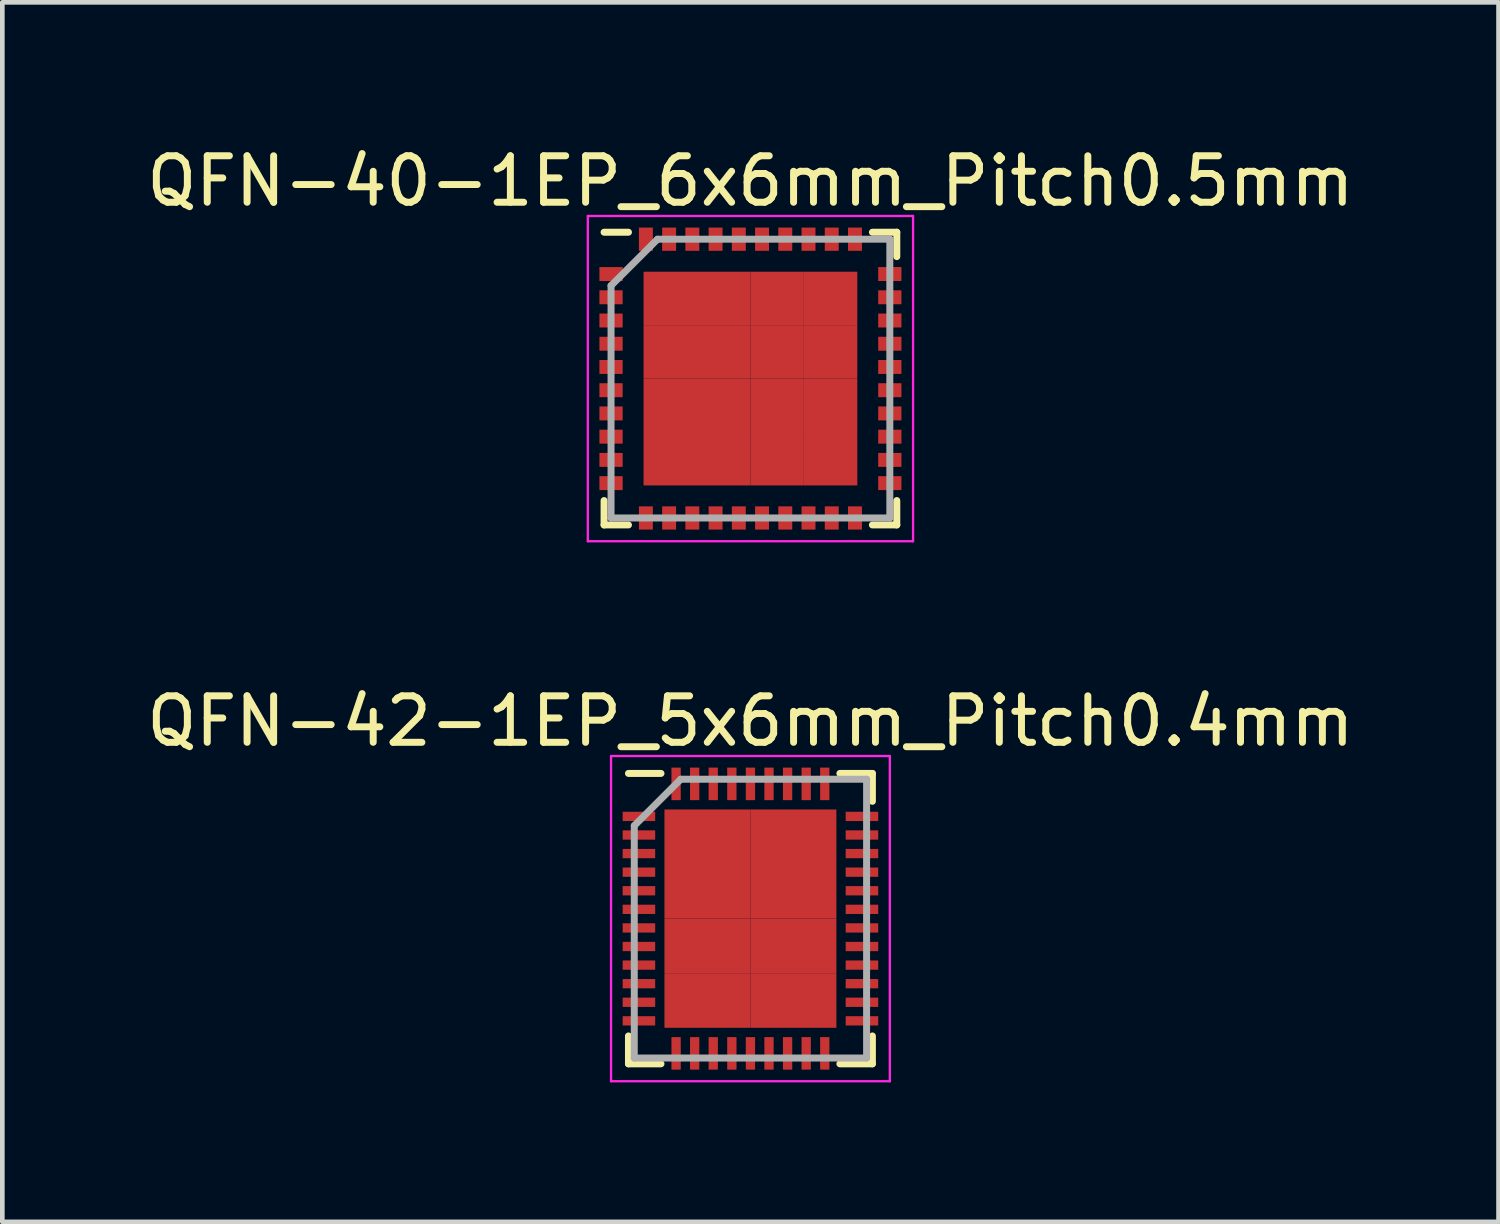
<source format=kicad_pcb>
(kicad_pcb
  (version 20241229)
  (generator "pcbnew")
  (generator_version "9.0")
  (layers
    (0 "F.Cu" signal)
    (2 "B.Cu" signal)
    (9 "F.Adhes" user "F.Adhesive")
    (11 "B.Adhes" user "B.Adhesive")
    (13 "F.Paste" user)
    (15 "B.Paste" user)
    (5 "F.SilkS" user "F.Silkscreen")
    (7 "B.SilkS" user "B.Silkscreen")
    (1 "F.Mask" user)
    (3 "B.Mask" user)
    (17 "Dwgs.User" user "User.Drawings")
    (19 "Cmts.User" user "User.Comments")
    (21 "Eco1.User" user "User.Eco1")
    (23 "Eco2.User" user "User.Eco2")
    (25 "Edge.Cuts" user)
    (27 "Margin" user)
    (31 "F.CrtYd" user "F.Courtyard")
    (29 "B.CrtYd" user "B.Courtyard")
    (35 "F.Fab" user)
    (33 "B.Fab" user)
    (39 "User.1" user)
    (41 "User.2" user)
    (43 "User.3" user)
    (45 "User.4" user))
  (footprint "QFN-40-1EP_6x6mm_Pitch0.5mm"
    (layer "F.Cu")
    (at 13.101 5.098)
    (property "Reference" "QFN-40-1EP_6x6mm_Pitch0.5mm" (at 0 -4.25 0) (layer "F.SilkS") (effects (font (size 1 1) (thickness 0.15))))
    (attr smd)
    (fp_line (start -3.15 -3.15) (end -2.625 -3.15) (stroke (width 0.15) (type solid)) (layer "F.SilkS"))
    (fp_line (start -3.15 3.15) (end -3.15 2.625) (stroke (width 0.15) (type solid)) (layer "F.SilkS"))
    (fp_line (start -3.15 3.15) (end -2.625 3.15) (stroke (width 0.15) (type solid)) (layer "F.SilkS"))
    (fp_line (start 3.15 -3.15) (end 2.625 -3.15) (stroke (width 0.15) (type solid)) (layer "F.SilkS"))
    (fp_line (start 3.15 -3.15) (end 3.15 -2.625) (stroke (width 0.15) (type solid)) (layer "F.SilkS"))
    (fp_line (start 3.15 3.15) (end 2.625 3.15) (stroke (width 0.15) (type solid)) (layer "F.SilkS"))
    (fp_line (start 3.15 3.15) (end 3.15 2.625) (stroke (width 0.15) (type solid)) (layer "F.SilkS"))
    (fp_line (start -3.5 -3.5) (end -3.5 3.5) (stroke (width 0.05) (type solid)) (layer "F.CrtYd"))
    (fp_line (start -3.5 -3.5) (end 3.5 -3.5) (stroke (width 0.05) (type solid)) (layer "F.CrtYd"))
    (fp_line (start -3.5 3.5) (end 3.5 3.5) (stroke (width 0.05) (type solid)) (layer "F.CrtYd"))
    (fp_line (start 3.5 -3.5) (end 3.5 3.5) (stroke (width 0.05) (type solid)) (layer "F.CrtYd"))
    (fp_line (start -3 -2) (end -2 -3) (stroke (width 0.15) (type solid)) (layer "F.Fab"))
    (fp_line (start -3 3) (end -3 -2) (stroke (width 0.15) (type solid)) (layer "F.Fab"))
    (fp_line (start -2 -3) (end 3 -3) (stroke (width 0.15) (type solid)) (layer "F.Fab"))
    (fp_line (start 3 -3) (end 3 3) (stroke (width 0.15) (type solid)) (layer "F.Fab"))
    (fp_line (start 3 3) (end -3 3) (stroke (width 0.15) (type solid)) (layer "F.Fab"))
    (pad "1" smd rect (at -3 -2.25) (size 0.5 0.3) (layers "F.Cu" "F.Mask" "F.Paste"))
    (pad "2" smd rect (at -3 -1.75) (size 0.5 0.3) (layers "F.Cu" "F.Mask" "F.Paste"))
    (pad "3" smd rect (at -3 -1.25) (size 0.5 0.3) (layers "F.Cu" "F.Mask" "F.Paste"))
    (pad "4" smd rect (at -3 -0.75) (size 0.5 0.3) (layers "F.Cu" "F.Mask" "F.Paste"))
    (pad "5" smd rect (at -3 -0.25) (size 0.5 0.3) (layers "F.Cu" "F.Mask" "F.Paste"))
    (pad "6" smd rect (at -3 0.25) (size 0.5 0.3) (layers "F.Cu" "F.Mask" "F.Paste"))
    (pad "7" smd rect (at -3 0.75) (size 0.5 0.3) (layers "F.Cu" "F.Mask" "F.Paste"))
    (pad "8" smd rect (at -3 1.25) (size 0.5 0.3) (layers "F.Cu" "F.Mask" "F.Paste"))
    (pad "9" smd rect (at -3 1.75) (size 0.5 0.3) (layers "F.Cu" "F.Mask" "F.Paste"))
    (pad "10" smd rect (at -3 2.25) (size 0.5 0.3) (layers "F.Cu" "F.Mask" "F.Paste"))
    (pad "11" smd rect (at -2.25 3 90) (size 0.5 0.3) (layers "F.Cu" "F.Mask" "F.Paste"))
    (pad "12" smd rect (at -1.75 3 90) (size 0.5 0.3) (layers "F.Cu" "F.Mask" "F.Paste"))
    (pad "13" smd rect (at -1.25 3 90) (size 0.5 0.3) (layers "F.Cu" "F.Mask" "F.Paste"))
    (pad "14" smd rect (at -0.75 3 90) (size 0.5 0.3) (layers "F.Cu" "F.Mask" "F.Paste"))
    (pad "15" smd rect (at -0.25 3 90) (size 0.5 0.3) (layers "F.Cu" "F.Mask" "F.Paste"))
    (pad "16" smd rect (at 0.25 3 90) (size 0.5 0.3) (layers "F.Cu" "F.Mask" "F.Paste"))
    (pad "17" smd rect (at 0.75 3 90) (size 0.5 0.3) (layers "F.Cu" "F.Mask" "F.Paste"))
    (pad "18" smd rect (at 1.25 3 90) (size 0.5 0.3) (layers "F.Cu" "F.Mask" "F.Paste"))
    (pad "19" smd rect (at 1.75 3 90) (size 0.5 0.3) (layers "F.Cu" "F.Mask" "F.Paste"))
    (pad "20" smd rect (at 2.25 3 90) (size 0.5 0.3) (layers "F.Cu" "F.Mask" "F.Paste"))
    (pad "21" smd rect (at 3 2.25) (size 0.5 0.3) (layers "F.Cu" "F.Mask" "F.Paste"))
    (pad "22" smd rect (at 3 1.75) (size 0.5 0.3) (layers "F.Cu" "F.Mask" "F.Paste"))
    (pad "23" smd rect (at 3 1.25) (size 0.5 0.3) (layers "F.Cu" "F.Mask" "F.Paste"))
    (pad "24" smd rect (at 3 0.75) (size 0.5 0.3) (layers "F.Cu" "F.Mask" "F.Paste"))
    (pad "25" smd rect (at 3 0.25) (size 0.5 0.3) (layers "F.Cu" "F.Mask" "F.Paste"))
    (pad "26" smd rect (at 3 -0.25) (size 0.5 0.3) (layers "F.Cu" "F.Mask" "F.Paste"))
    (pad "27" smd rect (at 3 -0.75) (size 0.5 0.3) (layers "F.Cu" "F.Mask" "F.Paste"))
    (pad "28" smd rect (at 3 -1.25) (size 0.5 0.3) (layers "F.Cu" "F.Mask" "F.Paste"))
    (pad "29" smd rect (at 3 -1.75) (size 0.5 0.3) (layers "F.Cu" "F.Mask" "F.Paste"))
    (pad "30" smd rect (at 3 -2.25) (size 0.5 0.3) (layers "F.Cu" "F.Mask" "F.Paste"))
    (pad "31" smd rect (at 2.25 -3 90) (size 0.5 0.3) (layers "F.Cu" "F.Mask" "F.Paste"))
    (pad "32" smd rect (at 1.75 -3 90) (size 0.5 0.3) (layers "F.Cu" "F.Mask" "F.Paste"))
    (pad "33" smd rect (at 1.25 -3 90) (size 0.5 0.3) (layers "F.Cu" "F.Mask" "F.Paste"))
    (pad "34" smd rect (at 0.75 -3 90) (size 0.5 0.3) (layers "F.Cu" "F.Mask" "F.Paste"))
    (pad "35" smd rect (at 0.25 -3 90) (size 0.5 0.3) (layers "F.Cu" "F.Mask" "F.Paste"))
    (pad "36" smd rect (at -0.25 -3 90) (size 0.5 0.3) (layers "F.Cu" "F.Mask" "F.Paste"))
    (pad "37" smd rect (at -0.75 -3 90) (size 0.5 0.3) (layers "F.Cu" "F.Mask" "F.Paste"))
    (pad "38" smd rect (at -1.25 -3 90) (size 0.5 0.3) (layers "F.Cu" "F.Mask" "F.Paste"))
    (pad "39" smd rect (at -1.75 -3 90) (size 0.5 0.3) (layers "F.Cu" "F.Mask" "F.Paste"))
    (pad "40" smd rect (at -2.25 -3 90) (size 0.5 0.3) (layers "F.Cu" "F.Mask" "F.Paste"))
    (pad "41" smd rect (at -1.725 -1.725) (size 1.15 1.15) (layers "F.Cu" "F.Mask" "F.Paste"))
    (pad "41" smd rect (at -1.725 -0.575) (size 1.15 1.15) (layers "F.Cu" "F.Mask" "F.Paste"))
    (pad "41" smd rect (at -1.725 0.575) (size 1.15 1.15) (layers "F.Cu" "F.Mask" "F.Paste"))
    (pad "41" smd rect (at -1.725 1.725) (size 1.15 1.15) (layers "F.Cu" "F.Mask" "F.Paste"))
    (pad "41" smd rect (at -0.575 -1.725) (size 1.15 1.15) (layers "F.Cu" "F.Mask" "F.Paste"))
    (pad "41" smd rect (at -0.575 -0.575) (size 1.15 1.15) (layers "F.Cu" "F.Mask" "F.Paste"))
    (pad "41" smd rect (at -0.575 0.575) (size 1.15 1.15) (layers "F.Cu" "F.Mask" "F.Paste"))
    (pad "41" smd rect (at -0.575 1.725) (size 1.15 1.15) (layers "F.Cu" "F.Mask" "F.Paste"))
    (pad "41" smd rect (at 0.575 -1.725) (size 1.15 1.15) (layers "F.Cu" "F.Mask" "F.Paste"))
    (pad "41" smd rect (at 0.575 -0.575) (size 1.15 1.15) (layers "F.Cu" "F.Mask" "F.Paste"))
    (pad "41" smd rect (at 0.575 0.575) (size 1.15 1.15) (layers "F.Cu" "F.Mask" "F.Paste"))
    (pad "41" smd rect (at 0.575 1.725) (size 1.15 1.15) (layers "F.Cu" "F.Mask" "F.Paste"))
    (pad "41" smd rect (at 1.725 -1.725) (size 1.15 1.15) (layers "F.Cu" "F.Mask" "F.Paste"))
    (pad "41" smd rect (at 1.725 -0.575) (size 1.15 1.15) (layers "F.Cu" "F.Mask" "F.Paste"))
    (pad "41" smd rect (at 1.725 0.575) (size 1.15 1.15) (layers "F.Cu" "F.Mask" "F.Paste"))
    (pad "41" smd rect (at 1.725 1.725) (size 1.15 1.15) (layers "F.Cu" "F.Mask" "F.Paste")))
  (footprint "QFN-42-1EP_5x6mm_Pitch0.4mm"
    (layer "F.Cu")
    (at 13.101 16.721)
    (property "Reference" "QFN-42-1EP_5x6mm_Pitch0.4mm" (at 0 -4.25 0) (layer "F.SilkS") (effects (font (size 1 1) (thickness 0.15))))
    (attr smd)
    (fp_line (start -2.625 -3.125) (end -1.925 -3.125) (stroke (width 0.15) (type solid)) (layer "F.SilkS"))
    (fp_line (start -2.625 3.125) (end -2.625 2.525) (stroke (width 0.15) (type solid)) (layer "F.SilkS"))
    (fp_line (start -2.625 3.125) (end -1.925 3.125) (stroke (width 0.15) (type solid)) (layer "F.SilkS"))
    (fp_line (start 2.625 -3.125) (end 1.925 -3.125) (stroke (width 0.15) (type solid)) (layer "F.SilkS"))
    (fp_line (start 2.625 -3.125) (end 2.625 -2.525) (stroke (width 0.15) (type solid)) (layer "F.SilkS"))
    (fp_line (start 2.625 3.125) (end 1.925 3.125) (stroke (width 0.15) (type solid)) (layer "F.SilkS"))
    (fp_line (start 2.625 3.125) (end 2.625 2.525) (stroke (width 0.15) (type solid)) (layer "F.SilkS"))
    (fp_line (start -3 -3.5) (end -3 3.5) (stroke (width 0.05) (type solid)) (layer "F.CrtYd"))
    (fp_line (start -3 -3.5) (end 3 -3.5) (stroke (width 0.05) (type solid)) (layer "F.CrtYd"))
    (fp_line (start -3 3.5) (end 3 3.5) (stroke (width 0.05) (type solid)) (layer "F.CrtYd"))
    (fp_line (start 3 -3.5) (end 3 3.5) (stroke (width 0.05) (type solid)) (layer "F.CrtYd"))
    (fp_line (start -2.5 -2) (end -1.5 -3) (stroke (width 0.15) (type solid)) (layer "F.Fab"))
    (fp_line (start -2.5 3) (end -2.5 -2) (stroke (width 0.15) (type solid)) (layer "F.Fab"))
    (fp_line (start -1.5 -3) (end 2.5 -3) (stroke (width 0.15) (type solid)) (layer "F.Fab"))
    (fp_line (start 2.5 -3) (end 2.5 3) (stroke (width 0.15) (type solid)) (layer "F.Fab"))
    (fp_line (start 2.5 3) (end -2.5 3) (stroke (width 0.15) (type solid)) (layer "F.Fab"))
    (pad "1" smd rect (at -2.4 -2.2) (size 0.7 0.2) (layers "F.Cu" "F.Mask" "F.Paste"))
    (pad "2" smd rect (at -2.4 -1.8) (size 0.7 0.2) (layers "F.Cu" "F.Mask" "F.Paste"))
    (pad "3" smd rect (at -2.4 -1.4) (size 0.7 0.2) (layers "F.Cu" "F.Mask" "F.Paste"))
    (pad "4" smd rect (at -2.4 -1) (size 0.7 0.2) (layers "F.Cu" "F.Mask" "F.Paste"))
    (pad "5" smd rect (at -2.4 -0.6) (size 0.7 0.2) (layers "F.Cu" "F.Mask" "F.Paste"))
    (pad "6" smd rect (at -2.4 -0.2) (size 0.7 0.2) (layers "F.Cu" "F.Mask" "F.Paste"))
    (pad "7" smd rect (at -2.4 0.2) (size 0.7 0.2) (layers "F.Cu" "F.Mask" "F.Paste"))
    (pad "8" smd rect (at -2.4 0.6) (size 0.7 0.2) (layers "F.Cu" "F.Mask" "F.Paste"))
    (pad "9" smd rect (at -2.4 1) (size 0.7 0.2) (layers "F.Cu" "F.Mask" "F.Paste"))
    (pad "10" smd rect (at -2.4 1.4) (size 0.7 0.2) (layers "F.Cu" "F.Mask" "F.Paste"))
    (pad "11" smd rect (at -2.4 1.8) (size 0.7 0.2) (layers "F.Cu" "F.Mask" "F.Paste"))
    (pad "12" smd rect (at -2.4 2.2) (size 0.7 0.2) (layers "F.Cu" "F.Mask" "F.Paste"))
    (pad "13" smd rect (at -1.6 2.9 90) (size 0.7 0.2) (layers "F.Cu" "F.Mask" "F.Paste"))
    (pad "14" smd rect (at -1.2 2.9 90) (size 0.7 0.2) (layers "F.Cu" "F.Mask" "F.Paste"))
    (pad "15" smd rect (at -0.8 2.9 90) (size 0.7 0.2) (layers "F.Cu" "F.Mask" "F.Paste"))
    (pad "16" smd rect (at -0.4 2.9 90) (size 0.7 0.2) (layers "F.Cu" "F.Mask" "F.Paste"))
    (pad "17" smd rect (at 0 2.9 90) (size 0.7 0.2) (layers "F.Cu" "F.Mask" "F.Paste"))
    (pad "18" smd rect (at 0.4 2.9 90) (size 0.7 0.2) (layers "F.Cu" "F.Mask" "F.Paste"))
    (pad "19" smd rect (at 0.8 2.9 90) (size 0.7 0.2) (layers "F.Cu" "F.Mask" "F.Paste"))
    (pad "20" smd rect (at 1.2 2.9 90) (size 0.7 0.2) (layers "F.Cu" "F.Mask" "F.Paste"))
    (pad "21" smd rect (at 1.6 2.9 90) (size 0.7 0.2) (layers "F.Cu" "F.Mask" "F.Paste"))
    (pad "22" smd rect (at 2.4 2.2) (size 0.7 0.2) (layers "F.Cu" "F.Mask" "F.Paste"))
    (pad "23" smd rect (at 2.4 1.8) (size 0.7 0.2) (layers "F.Cu" "F.Mask" "F.Paste"))
    (pad "24" smd rect (at 2.4 1.4) (size 0.7 0.2) (layers "F.Cu" "F.Mask" "F.Paste"))
    (pad "25" smd rect (at 2.4 1) (size 0.7 0.2) (layers "F.Cu" "F.Mask" "F.Paste"))
    (pad "26" smd rect (at 2.4 0.6) (size 0.7 0.2) (layers "F.Cu" "F.Mask" "F.Paste"))
    (pad "27" smd rect (at 2.4 0.2) (size 0.7 0.2) (layers "F.Cu" "F.Mask" "F.Paste"))
    (pad "28" smd rect (at 2.4 -0.2) (size 0.7 0.2) (layers "F.Cu" "F.Mask" "F.Paste"))
    (pad "29" smd rect (at 2.4 -0.6) (size 0.7 0.2) (layers "F.Cu" "F.Mask" "F.Paste"))
    (pad "30" smd rect (at 2.4 -1) (size 0.7 0.2) (layers "F.Cu" "F.Mask" "F.Paste"))
    (pad "31" smd rect (at 2.4 -1.4) (size 0.7 0.2) (layers "F.Cu" "F.Mask" "F.Paste"))
    (pad "32" smd rect (at 2.4 -1.8) (size 0.7 0.2) (layers "F.Cu" "F.Mask" "F.Paste"))
    (pad "33" smd rect (at 2.4 -2.2) (size 0.7 0.2) (layers "F.Cu" "F.Mask" "F.Paste"))
    (pad "34" smd rect (at 1.6 -2.9 90) (size 0.7 0.2) (layers "F.Cu" "F.Mask" "F.Paste"))
    (pad "35" smd rect (at 1.2 -2.9 90) (size 0.7 0.2) (layers "F.Cu" "F.Mask" "F.Paste"))
    (pad "36" smd rect (at 0.8 -2.9 90) (size 0.7 0.2) (layers "F.Cu" "F.Mask" "F.Paste"))
    (pad "37" smd rect (at 0.4 -2.9 90) (size 0.7 0.2) (layers "F.Cu" "F.Mask" "F.Paste"))
    (pad "38" smd rect (at 0 -2.9 90) (size 0.7 0.2) (layers "F.Cu" "F.Mask" "F.Paste"))
    (pad "39" smd rect (at -0.4 -2.9 90) (size 0.7 0.2) (layers "F.Cu" "F.Mask" "F.Paste"))
    (pad "40" smd rect (at -0.8 -2.9 90) (size 0.7 0.2) (layers "F.Cu" "F.Mask" "F.Paste"))
    (pad "41" smd rect (at -1.2 -2.9 90) (size 0.7 0.2) (layers "F.Cu" "F.Mask" "F.Paste"))
    (pad "42" smd rect (at -1.6 -2.9 90) (size 0.7 0.2) (layers "F.Cu" "F.Mask" "F.Paste"))
    (pad "43" smd rect (at -0.925 -1.762) (size 1.85 1.175) (layers "F.Cu" "F.Mask" "F.Paste"))
    (pad "43" smd rect (at -0.925 -0.588) (size 1.85 1.175) (layers "F.Cu" "F.Mask" "F.Paste"))
    (pad "43" smd rect (at -0.925 0.588) (size 1.85 1.175) (layers "F.Cu" "F.Mask" "F.Paste"))
    (pad "43" smd rect (at -0.925 1.762) (size 1.85 1.175) (layers "F.Cu" "F.Mask" "F.Paste"))
    (pad "43" smd rect (at 0.925 -1.762) (size 1.85 1.175) (layers "F.Cu" "F.Mask" "F.Paste"))
    (pad "43" smd rect (at 0.925 -0.588) (size 1.85 1.175) (layers "F.Cu" "F.Mask" "F.Paste"))
    (pad "43" smd rect (at 0.925 0.588) (size 1.85 1.175) (layers "F.Cu" "F.Mask" "F.Paste"))
    (pad "43" smd rect (at 0.925 1.762) (size 1.85 1.175) (layers "F.Cu" "F.Mask" "F.Paste")))
  (gr_rect
    (start -3 -3)
    (end 29.202 23.247)
    (stroke (width 0.1) (type default))
    (fill no)
    (layer "Edge.Cuts")))
</source>
